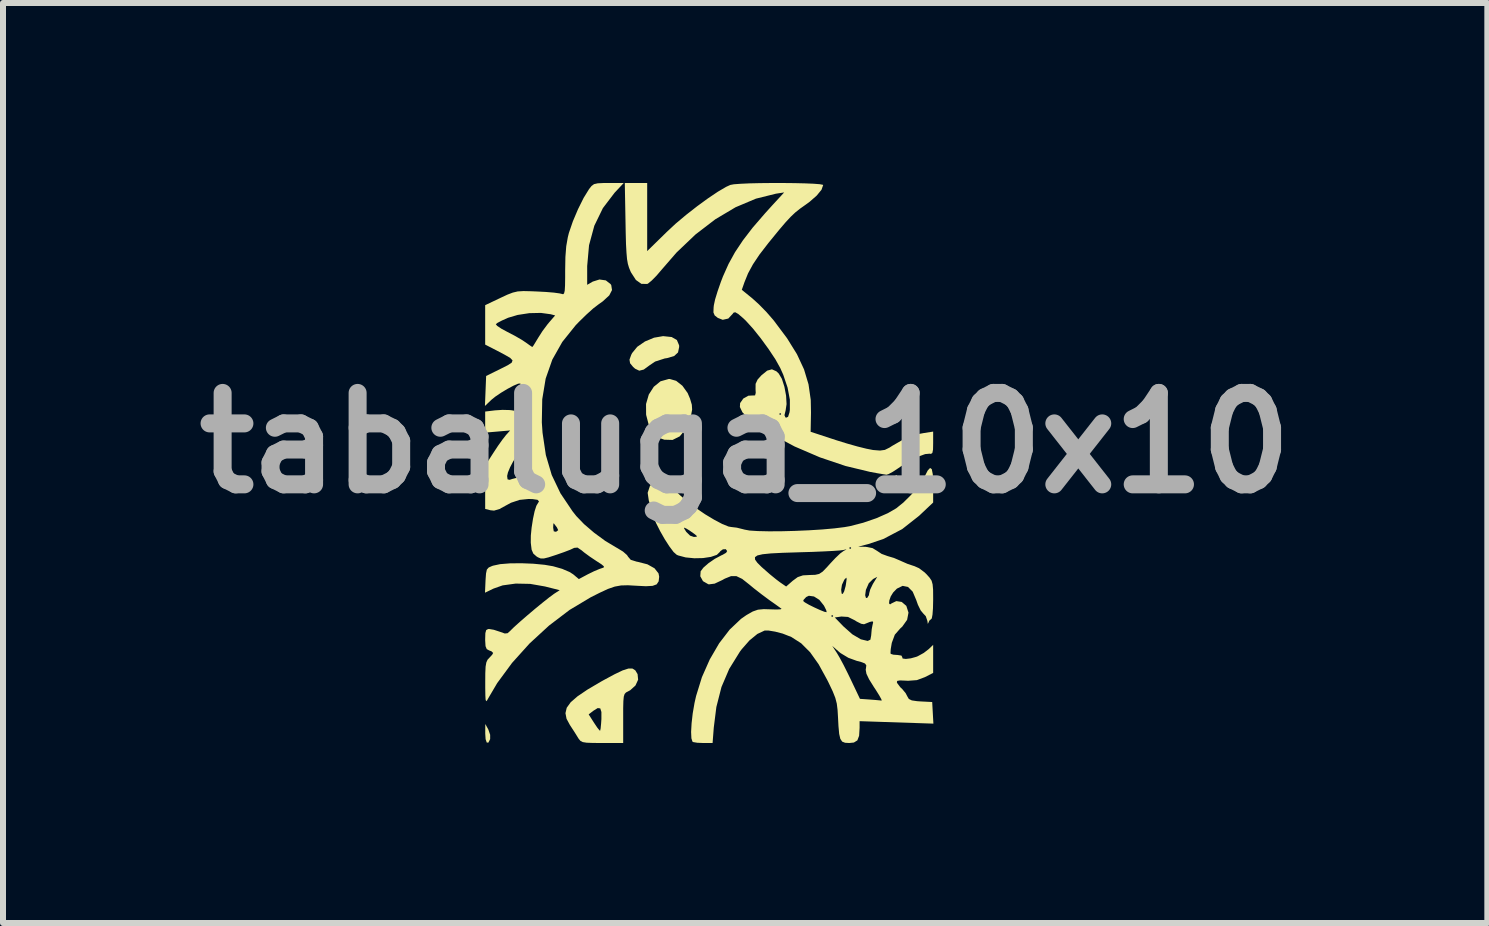
<source format=kicad_pcb>
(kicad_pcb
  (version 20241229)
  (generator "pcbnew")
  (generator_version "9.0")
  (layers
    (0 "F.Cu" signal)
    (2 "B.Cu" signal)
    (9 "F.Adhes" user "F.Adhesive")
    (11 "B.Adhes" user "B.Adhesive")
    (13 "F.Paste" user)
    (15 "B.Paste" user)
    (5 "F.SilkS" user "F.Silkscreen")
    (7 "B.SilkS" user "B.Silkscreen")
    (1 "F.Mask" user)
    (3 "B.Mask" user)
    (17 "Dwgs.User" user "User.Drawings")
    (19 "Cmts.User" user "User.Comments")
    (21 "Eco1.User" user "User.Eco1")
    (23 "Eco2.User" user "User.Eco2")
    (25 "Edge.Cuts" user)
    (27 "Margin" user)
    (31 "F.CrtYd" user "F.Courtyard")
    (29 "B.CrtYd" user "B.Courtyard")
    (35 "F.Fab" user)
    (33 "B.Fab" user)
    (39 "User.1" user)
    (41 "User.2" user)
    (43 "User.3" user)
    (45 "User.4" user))
  (footprint "tabaluga_10x10"
    (layer "F.Cu")
    (at 9.369 4.333)
    (property "Reference" "tabaluga_10x10" (at 0 0 0) (layer "F.Fab") (effects (font (size 1.524 1.524) (thickness 0.3))))
    (attr board_only exclude_from_pos_files exclude_from_bom)
    (fp_poly (pts (xy 2.533 0.55) (xy 2.517 0.567) (xy 2.5 0.55) (xy 2.517 0.533)) (stroke (width 0) (type solid)) (fill yes) (layer "F.SilkS"))
    (fp_poly (pts (xy -4.28 4.776) (xy -4.25 4.863) (xy -4.25 4.935) (xy -4.28 4.994) (xy -4.307 4.992) (xy -4.326 4.936) (xy -4.332 4.842) (xy -4.331 4.683)) (stroke (width 0) (type solid)) (fill yes) (layer "F.SilkS"))
    (fp_poly (pts (xy -1.225 -1.766) (xy -1.138 -1.716) (xy -1.101 -1.628) (xy -1.1 -1.6) (xy -1.119 -1.509) (xy -1.183 -1.45) (xy -1.3 -1.415) (xy -1.34 -1.409) (xy -1.501 -1.357) (xy -1.593 -1.295) (xy -1.69 -1.224) (xy -1.765 -1.205) (xy -1.834 -1.238) (xy -1.867 -1.267) (xy -1.918 -1.329) (xy -1.928 -1.389) (xy -1.899 -1.47) (xy -1.883 -1.5) (xy -1.799 -1.603) (xy -1.67 -1.692) (xy -1.519 -1.755) (xy -1.368 -1.781) (xy -1.367 -1.781)) (stroke (width 0) (type solid)) (fill yes) (layer "F.SilkS"))
    (fp_poly (pts (xy -1.15 -1.036) (xy -1.046 -0.954) (xy -0.959 -0.833) (xy -0.919 -0.739) (xy -0.889 -0.638) (xy -0.884 -0.557) (xy -0.901 -0.465) (xy -0.917 -0.408) (xy -0.992 -0.23) (xy -1.09 -0.111) (xy -1.21 -0.051) (xy -1.347 -0.055) (xy -1.423 -0.081) (xy -1.528 -0.158) (xy -1.602 -0.283) (xy -1.649 -0.463) (xy -1.651 -0.477) (xy -1.652 -0.65) (xy -1.606 -0.808) (xy -1.523 -0.937) (xy -1.411 -1.028) (xy -1.276 -1.066) (xy -1.257 -1.067)) (stroke (width 0) (type solid)) (fill yes) (layer "F.SilkS"))
    (fp_poly (pts (xy -1.879 3.759) (xy -1.831 3.789) (xy -1.796 3.847) (xy -1.793 3.852) (xy -1.784 3.945) (xy -1.828 4.041) (xy -1.915 4.12) (xy -1.952 4.14) (xy -1.986 4.158) (xy -2.009 4.183) (xy -2.023 4.227) (xy -2.03 4.303) (xy -2.033 4.421) (xy -2.033 4.589) (xy -2.033 5) (xy -2.383 5) (xy -2.539 4.999) (xy -2.642 4.995) (xy -2.706 4.985) (xy -2.745 4.965) (xy -2.773 4.932) (xy -2.788 4.908) (xy -2.844 4.818) (xy -2.911 4.715) (xy -2.922 4.698) (xy -2.977 4.596) (xy -2.991 4.523) (xy -2.608 4.523) (xy -2.518 4.664) (xy -2.465 4.743) (xy -2.428 4.789) (xy -2.417 4.795) (xy -2.409 4.758) (xy -2.401 4.675) (xy -2.396 4.602) (xy -2.396 4.483) (xy -2.415 4.423) (xy -2.458 4.418) (xy -2.529 4.462) (xy -2.608 4.523) (xy -2.991 4.523) (xy -2.995 4.503) (xy -2.974 4.413) (xy -2.908 4.321) (xy -2.794 4.222) (xy -2.627 4.109) (xy -2.403 3.977) (xy -2.358 3.952) (xy -2.176 3.854) (xy -2.042 3.79) (xy -1.946 3.759)) (stroke (width 0) (type solid)) (fill yes) (layer "F.SilkS"))
    (fp_poly (pts (xy 0.825 -4.331) (xy 0.997 -4.327) (xy 1.141 -4.321) (xy 1.244 -4.313) (xy 1.296 -4.303) (xy 1.3 -4.299) (xy 1.272 -4.22) (xy 1.192 -4.123) (xy 1.072 -4.018) (xy 1.003 -3.968) (xy 0.914 -3.905) (xy 0.835 -3.842) (xy 0.758 -3.769) (xy 0.671 -3.675) (xy 0.566 -3.552) (xy 0.433 -3.389) (xy 0.388 -3.334) (xy 0.239 -3.141) (xy 0.13 -2.978) (xy 0.048 -2.827) (xy -0.014 -2.674) (xy -0.015 -2.67) (xy -0.056 -2.553) (xy 0.122 -2.408) (xy 0.232 -2.308) (xy 0.356 -2.181) (xy 0.469 -2.051) (xy 0.481 -2.036) (xy 0.698 -1.746) (xy 0.863 -1.48) (xy 0.981 -1.227) (xy 1.056 -0.977) (xy 1.093 -0.718) (xy 1.097 -0.508) (xy 1.091 -0.187) (xy 1.52 -0.046) (xy 1.698 0.009) (xy 1.871 0.058) (xy 2.02 0.095) (xy 2.127 0.116) (xy 2.133 0.117) (xy 2.248 0.126) (xy 2.328 0.115) (xy 2.405 0.077) (xy 2.45 0.048) (xy 2.662 -0.074) (xy 2.878 -0.147) (xy 2.973 -0.165) (xy 3.133 -0.19) (xy 3.133 0.002) (xy 3.131 0.11) (xy 3.12 0.165) (xy 3.097 0.182) (xy 3.075 0.178) (xy 3 0.185) (xy 2.886 0.226) (xy 2.748 0.295) (xy 2.601 0.386) (xy 2.555 0.418) (xy 2.462 0.479) (xy 2.388 0.519) (xy 2.355 0.529) (xy 2.305 0.521) (xy 2.209 0.505) (xy 2.089 0.483) (xy 2.083 0.482) (xy 1.672 0.383) (xy 1.245 0.239) (xy 0.824 0.058) (xy 0.432 -0.151) (xy 0.208 -0.293) (xy 0.052 -0.411) (xy -0.018 -0.483) (xy 0.567 -0.483) (xy 0.583 -0.467) (xy 0.6 -0.483) (xy 0.583 -0.5) (xy 0.567 -0.483) (xy -0.018 -0.483) (xy -0.046 -0.512) (xy -0.088 -0.6) (xy -0.084 -0.665) (xy -0.031 -0.741) (xy 0.053 -0.788) (xy 0.129 -0.792) (xy 0.165 -0.793) (xy 0.176 -0.835) (xy 0.173 -0.898) (xy 0.174 -0.986) (xy 0.207 -1.057) (xy 0.27 -1.127) (xy 0.367 -1.206) (xy 0.446 -1.228) (xy 0.52 -1.195) (xy 0.559 -1.158) (xy 0.612 -1.069) (xy 0.654 -0.937) (xy 0.682 -0.789) (xy 0.69 -0.648) (xy 0.674 -0.541) (xy 0.655 -0.464) (xy 0.67 -0.428) (xy 0.682 -0.422) (xy 0.715 -0.436) (xy 0.739 -0.511) (xy 0.745 -0.553) (xy 0.745 -0.722) (xy 0.707 -0.923) (xy 0.635 -1.137) (xy 0.584 -1.251) (xy 0.503 -1.396) (xy 0.39 -1.566) (xy 0.261 -1.743) (xy 0.13 -1.907) (xy 0.01 -2.039) (xy -0.032 -2.079) (xy -0.115 -2.15) (xy -0.165 -2.179) (xy -0.194 -2.172) (xy -0.206 -2.155) (xy -0.281 -2.074) (xy -0.374 -2.053) (xy -0.456 -2.085) (xy -0.508 -2.126) (xy -0.529 -2.176) (xy -0.526 -2.258) (xy -0.522 -2.295) (xy -0.501 -2.393) (xy -0.459 -2.53) (xy -0.405 -2.685) (xy -0.37 -2.776) (xy -0.277 -2.984) (xy -0.169 -3.18) (xy -0.037 -3.378) (xy 0.125 -3.589) (xy 0.328 -3.824) (xy 0.45 -3.959) (xy 0.65 -4.176) (xy 0.513 -4.155) (xy 0.179 -4.072) (xy -0.16 -3.929) (xy -0.498 -3.728) (xy -0.828 -3.475) (xy -1.144 -3.174) (xy -1.387 -2.894) (xy -1.477 -2.789) (xy -1.559 -2.706) (xy -1.619 -2.657) (xy -1.632 -2.651) (xy -1.729 -2.652) (xy -1.821 -2.717) (xy -1.903 -2.844) (xy -1.911 -2.861) (xy -1.936 -2.922) (xy -1.955 -2.986) (xy -1.969 -3.066) (xy -1.978 -3.172) (xy -1.986 -3.315) (xy -1.991 -3.507) (xy -1.994 -3.675) (xy -2.006 -4.333) (xy -1.633 -4.333) (xy -1.633 -3.198) (xy -1.308 -3.516) (xy -1.158 -3.656) (xy -0.984 -3.802) (xy -0.801 -3.945) (xy -0.62 -4.077) (xy -0.455 -4.188) (xy -0.317 -4.269) (xy -0.247 -4.301) (xy -0.187 -4.312) (xy -0.078 -4.32) (xy 0.071 -4.327) (xy 0.246 -4.331) (xy 0.438 -4.333) (xy 0.635 -4.333)) (stroke (width 0) (type solid)) (fill yes) (layer "F.SilkS"))
    (fp_poly (pts (xy -2.176 -4.171) (xy -2.371 -3.915) (xy -2.514 -3.621) (xy -2.602 -3.296) (xy -2.633 -2.948) (xy -2.633 -2.938) (xy -2.633 -2.636) (xy -2.54 -2.69) (xy -2.428 -2.725) (xy -2.322 -2.71) (xy -2.243 -2.648) (xy -2.232 -2.631) (xy -2.219 -2.549) (xy -2.265 -2.46) (xy -2.374 -2.36) (xy -2.443 -2.311) (xy -2.532 -2.243) (xy -2.645 -2.141) (xy -2.766 -2.023) (xy -2.825 -1.962) (xy -3.048 -1.684) (xy -3.214 -1.39) (xy -3.325 -1.073) (xy -3.382 -0.728) (xy -3.389 -0.345) (xy -3.377 -0.171) (xy -3.322 0.201) (xy -3.224 0.533) (xy -3.078 0.839) (xy -2.878 1.137) (xy -2.814 1.218) (xy -2.685 1.352) (xy -2.517 1.496) (xy -2.333 1.631) (xy -2.153 1.739) (xy -2.128 1.753) (xy -2.035 1.81) (xy -1.969 1.868) (xy -1.951 1.896) (xy -1.907 1.947) (xy -1.807 1.978) (xy -1.789 1.981) (xy -1.629 2.022) (xy -1.511 2.088) (xy -1.444 2.173) (xy -1.433 2.229) (xy -1.442 2.306) (xy -1.475 2.356) (xy -1.543 2.381) (xy -1.656 2.387) (xy -1.813 2.379) (xy -1.954 2.371) (xy -2.068 2.374) (xy -2.173 2.393) (xy -2.286 2.432) (xy -2.424 2.496) (xy -2.575 2.572) (xy -2.926 2.782) (xy -3.269 3.043) (xy -3.593 3.341) (xy -3.885 3.665) (xy -4.133 4.002) (xy -4.279 4.25) (xy -4.302 4.291) (xy -4.317 4.303) (xy -4.326 4.277) (xy -4.33 4.204) (xy -4.332 4.078) (xy -4.332 3.997) (xy -4.331 3.836) (xy -4.326 3.727) (xy -4.314 3.658) (xy -4.294 3.613) (xy -4.267 3.583) (xy -4.217 3.53) (xy -4.2 3.499) (xy -4.228 3.472) (xy -4.267 3.457) (xy -4.307 3.435) (xy -4.327 3.386) (xy -4.333 3.291) (xy -4.333 3.27) (xy -4.33 3.169) (xy -4.316 3.118) (xy -4.284 3.101) (xy -4.266 3.1) (xy -4.189 3.113) (xy -4.094 3.144) (xy -4.085 3.147) (xy -4.006 3.175) (xy -3.959 3.17) (xy -3.912 3.128) (xy -3.911 3.126) (xy -3.852 3.068) (xy -3.754 2.98) (xy -3.633 2.875) (xy -3.502 2.764) (xy -3.375 2.66) (xy -3.267 2.574) (xy -3.192 2.519) (xy -3.187 2.515) (xy -3.091 2.453) (xy -3.337 2.391) (xy -3.583 2.348) (xy -3.824 2.343) (xy -4.042 2.373) (xy -4.193 2.426) (xy -4.336 2.495) (xy -4.327 2.289) (xy -4.319 2.176) (xy -4.305 2.11) (xy -4.274 2.075) (xy -4.218 2.05) (xy -4.2 2.044) (xy -4.083 2.019) (xy -3.92 2.006) (xy -3.729 2.004) (xy -3.53 2.012) (xy -3.342 2.03) (xy -3.202 2.054) (xy -3.051 2.097) (xy -2.927 2.15) (xy -2.867 2.188) (xy -2.772 2.268) (xy -2.624 2.189) (xy -2.52 2.138) (xy -2.427 2.099) (xy -2.397 2.089) (xy -2.357 2.075) (xy -2.355 2.055) (xy -2.396 2.021) (xy -2.484 1.964) (xy -2.59 1.893) (xy -2.684 1.824) (xy -2.726 1.789) (xy -2.794 1.743) (xy -2.85 1.748) (xy -2.86 1.753) (xy -2.918 1.78) (xy -3.02 1.819) (xy -3.143 1.862) (xy -3.155 1.866) (xy -3.278 1.906) (xy -3.356 1.925) (xy -3.409 1.924) (xy -3.454 1.905) (xy -3.478 1.89) (xy -3.531 1.843) (xy -3.559 1.778) (xy -3.572 1.671) (xy -3.573 1.659) (xy -3.572 1.543) (xy -3.559 1.41) (xy -3.2 1.41) (xy -3.19 1.472) (xy -3.154 1.48) (xy -3.149 1.478) (xy -3.116 1.453) (xy -3.137 1.408) (xy -3.14 1.404) (xy -3.178 1.354) (xy -3.191 1.336) (xy -3.197 1.354) (xy -3.2 1.41) (xy -3.559 1.41) (xy -3.558 1.404) (xy -3.536 1.263) (xy -3.509 1.137) (xy -3.48 1.047) (xy -3.463 1.018) (xy -3.436 0.974) (xy -3.46 0.947) (xy -3.542 0.935) (xy -3.61 0.933) (xy -3.759 0.948) (xy -3.903 0.996) (xy -4.067 1.085) (xy -4.087 1.098) (xy -4.185 1.127) (xy -4.245 1.121) (xy -4.333 1.099) (xy -4.333 0.55) (xy -3.967 0.55) (xy -3.96 0.606) (xy -3.926 0.614) (xy -3.881 0.599) (xy -3.782 0.574) (xy -3.711 0.567) (xy -3.65 0.558) (xy -3.641 0.52) (xy -3.648 0.492) (xy -3.668 0.407) (xy -3.688 0.302) (xy -3.69 0.291) (xy -3.708 0.206) (xy -3.73 0.154) (xy -3.735 0.149) (xy -3.766 0.164) (xy -3.814 0.224) (xy -3.868 0.31) (xy -3.918 0.405) (xy -3.954 0.492) (xy -3.967 0.55) (xy -4.333 0.55) (xy -4.333 0.377) (xy -4.196 0.164) (xy -4.119 0.047) (xy -4.045 -0.057) (xy -3.99 -0.127) (xy -3.988 -0.13) (xy -3.917 -0.209) (xy -4.125 -0.191) (xy -4.333 -0.173) (xy -4.333 -0.524) (xy -4.169 -0.544) (xy -4.044 -0.552) (xy -3.926 -0.549) (xy -3.89 -0.545) (xy -3.777 -0.526) (xy -3.756 -0.753) (xy -3.747 -0.868) (xy -3.744 -0.954) (xy -3.747 -0.992) (xy -3.747 -0.992) (xy -3.785 -0.988) (xy -3.862 -0.955) (xy -3.961 -0.902) (xy -4.066 -0.839) (xy -4.161 -0.775) (xy -4.227 -0.722) (xy -4.337 -0.617) (xy -4.327 -0.867) (xy -4.317 -1.117) (xy -4.074 -1.237) (xy -3.957 -1.296) (xy -3.891 -1.339) (xy -3.877 -1.377) (xy -3.917 -1.419) (xy -4.013 -1.474) (xy -4.125 -1.533) (xy -4.333 -1.64) (xy -4.333 -1.979) (xy -4.156 -1.979) (xy -4.132 -1.951) (xy -4.063 -1.905) (xy -3.963 -1.851) (xy -3.961 -1.85) (xy -3.838 -1.786) (xy -3.724 -1.72) (xy -3.656 -1.675) (xy -3.589 -1.627) (xy -3.55 -1.601) (xy -3.547 -1.6) (xy -3.527 -1.626) (xy -3.486 -1.693) (xy -3.451 -1.751) (xy -3.377 -1.867) (xy -3.294 -1.978) (xy -3.264 -2.014) (xy -3.167 -2.126) (xy -3.242 -2.146) (xy -3.404 -2.168) (xy -3.597 -2.164) (xy -3.792 -2.134) (xy -3.951 -2.087) (xy -4.054 -2.041) (xy -4.128 -2.002) (xy -4.156 -1.979) (xy -4.333 -1.979) (xy -4.333 -2.297) (xy -4.077 -2.419) (xy -3.961 -2.473) (xy -3.872 -2.507) (xy -3.791 -2.526) (xy -3.695 -2.532) (xy -3.566 -2.529) (xy -3.469 -2.525) (xy -3.317 -2.517) (xy -3.186 -2.506) (xy -3.092 -2.493) (xy -3.058 -2.485) (xy -3.034 -2.479) (xy -3.018 -2.494) (xy -3.007 -2.539) (xy -3.002 -2.624) (xy -3 -2.759) (xy -3 -2.872) (xy -2.996 -3.099) (xy -2.982 -3.279) (xy -2.956 -3.428) (xy -2.938 -3.5) (xy -2.872 -3.693) (xy -2.786 -3.896) (xy -2.692 -4.085) (xy -2.602 -4.231) (xy -2.561 -4.283) (xy -2.519 -4.314) (xy -2.457 -4.328) (xy -2.358 -4.333) (xy -2.277 -4.333) (xy -2.024 -4.333)) (stroke (width 0) (type solid)) (fill yes) (layer "F.SilkS"))
    (fp_poly (pts (xy 3.11 0.436) (xy 3.127 0.521) (xy 3.133 0.67) (xy 3.133 0.697) (xy 3.133 0.992) (xy 2.899 1.213) (xy 2.617 1.435) (xy 2.303 1.6) (xy 2.05 1.685) (xy 1.883 1.728) (xy 2.008 1.73) (xy 2.123 1.752) (xy 2.197 1.797) (xy 2.274 1.848) (xy 2.372 1.884) (xy 2.48 1.916) (xy 2.592 1.964) (xy 2.6 1.968) (xy 2.705 2.014) (xy 2.806 2.048) (xy 2.815 2.05) (xy 2.898 2.087) (xy 2.99 2.156) (xy 3.023 2.188) (xy 3.074 2.245) (xy 3.107 2.295) (xy 3.124 2.356) (xy 3.132 2.446) (xy 3.133 2.58) (xy 3.133 2.619) (xy 3.13 2.755) (xy 3.122 2.861) (xy 3.11 2.923) (xy 3.102 2.933) (xy 3.069 2.961) (xy 3.056 2.992) (xy 3.044 3.015) (xy 3.038 2.973) (xy 3.037 2.966) (xy 3.01 2.886) (xy 2.969 2.843) (xy 2.925 2.79) (xy 2.879 2.696) (xy 2.851 2.617) (xy 2.792 2.478) (xy 2.714 2.399) (xy 2.624 2.381) (xy 2.529 2.427) (xy 2.466 2.492) (xy 2.426 2.557) (xy 2.403 2.623) (xy 2.398 2.673) (xy 2.415 2.69) (xy 2.44 2.673) (xy 2.519 2.635) (xy 2.609 2.649) (xy 2.683 2.712) (xy 2.686 2.715) (xy 2.722 2.827) (xy 2.699 2.947) (xy 2.618 3.061) (xy 2.585 3.091) (xy 2.494 3.195) (xy 2.444 3.33) (xy 2.442 3.34) (xy 2.426 3.436) (xy 2.422 3.501) (xy 2.427 3.515) (xy 2.47 3.528) (xy 2.541 3.533) (xy 2.604 3.543) (xy 2.617 3.567) (xy 2.624 3.592) (xy 2.678 3.599) (xy 2.76 3.589) (xy 2.851 3.564) (xy 2.876 3.554) (xy 2.976 3.499) (xy 3.058 3.436) (xy 3.133 3.364) (xy 3.133 3.832) (xy 2.996 3.902) (xy 2.862 3.952) (xy 2.714 3.963) (xy 2.682 3.961) (xy 2.581 3.957) (xy 2.534 3.965) (xy 2.528 3.987) (xy 2.535 4.003) (xy 2.584 4.069) (xy 2.618 4.101) (xy 2.675 4.17) (xy 2.702 4.222) (xy 2.728 4.266) (xy 2.777 4.29) (xy 2.866 4.303) (xy 2.924 4.307) (xy 3.117 4.317) (xy 3.127 4.497) (xy 3.137 4.677) (xy 1.907 4.636) (xy 1.907 4.748) (xy 1.899 4.879) (xy 1.87 4.956) (xy 1.812 4.992) (xy 1.735 5) (xy 1.665 4.996) (xy 1.617 4.977) (xy 1.586 4.931) (xy 1.567 4.849) (xy 1.555 4.718) (xy 1.548 4.585) (xy 1.54 4.449) (xy 1.527 4.343) (xy 1.502 4.247) (xy 1.459 4.139) (xy 1.393 4) (xy 1.366 3.946) (xy 1.224 3.687) (xy 1.082 3.487) (xy 0.978 3.383) (xy 1.452 3.383) (xy 1.529 3.5) (xy 1.576 3.58) (xy 1.641 3.701) (xy 1.713 3.845) (xy 1.759 3.94) (xy 1.913 4.264) (xy 2.081 4.276) (xy 2.183 4.284) (xy 2.256 4.291) (xy 2.275 4.294) (xy 2.27 4.271) (xy 2.234 4.206) (xy 2.174 4.11) (xy 2.146 4.068) (xy 2.065 3.938) (xy 2.021 3.846) (xy 2.009 3.779) (xy 2.013 3.755) (xy 2.019 3.706) (xy 1.997 3.675) (xy 1.933 3.65) (xy 1.863 3.632) (xy 1.72 3.58) (xy 1.592 3.503) (xy 1.572 3.487) (xy 1.452 3.383) (xy 0.978 3.383) (xy 0.933 3.338) (xy 0.769 3.233) (xy 0.624 3.176) (xy 0.5 3.144) (xy 0.392 3.126) (xy 0.324 3.126) (xy 0.324 3.126) (xy 0.204 3.182) (xy 0.072 3.29) (xy -0.058 3.438) (xy -0.088 3.478) (xy -0.266 3.765) (xy -0.395 4.067) (xy -0.48 4.4) (xy -0.523 4.742) (xy -0.543 5) (xy -0.699 5) (xy -0.797 4.996) (xy -0.864 4.985) (xy -0.878 4.978) (xy -0.896 4.922) (xy -0.901 4.815) (xy -0.893 4.672) (xy -0.874 4.506) (xy -0.844 4.332) (xy -0.818 4.217) (xy -0.721 3.903) (xy -0.59 3.607) (xy -0.434 3.339) (xy -0.258 3.11) (xy -0.069 2.931) (xy -0.036 2.908) (xy 1.494 2.908) (xy 1.639 3.058) (xy 1.787 3.189) (xy 1.928 3.272) (xy 2.042 3.299) (xy 2.087 3.278) (xy 2.1 3.208) (xy 2.109 3.105) (xy 2.122 3.036) (xy 2.133 2.989) (xy 2.123 2.972) (xy 2.078 2.982) (xy 1.986 3.019) (xy 1.981 3.021) (xy 1.934 3.013) (xy 1.858 2.975) (xy 1.829 2.956) (xy 1.714 2.899) (xy 1.605 2.892) (xy 1.603 2.892) (xy 1.494 2.908) (xy -0.036 2.908) (xy -0.000327 2.883) (xy 1.433 2.883) (xy 1.45 2.9) (xy 1.467 2.883) (xy 1.45 2.867) (xy 1.433 2.883) (xy -0.000327 2.883) (xy 0.023 2.867) (xy 0.127 2.808) (xy 0.213 2.778) (xy 0.31 2.769) (xy 0.413 2.772) (xy 0.519 2.775) (xy 0.589 2.772) (xy 0.607 2.764) (xy 0.607 2.764) (xy 0.569 2.736) (xy 0.494 2.682) (xy 0.424 2.633) (xy 0.967 2.633) (xy 0.994 2.656) (xy 1.063 2.696) (xy 1.154 2.741) (xy 1.246 2.783) (xy 1.321 2.813) (xy 1.358 2.82) (xy 1.358 2.819) (xy 1.351 2.787) (xy 1.318 2.72) (xy 1.309 2.705) (xy 1.236 2.614) (xy 1.147 2.558) (xy 1.062 2.546) (xy 1.017 2.567) (xy 0.975 2.612) (xy 0.967 2.633) (xy 0.424 2.633) (xy 0.4 2.616) (xy 0.294 2.537) (xy 2 2.537) (xy 2.013 2.582) (xy 2.033 2.583) (xy 2.063 2.536) (xy 2.067 2.506) (xy 2.084 2.442) (xy 2.125 2.356) (xy 2.134 2.34) (xy 2.201 2.231) (xy 2.132 2.267) (xy 2.06 2.338) (xy 2.012 2.448) (xy 2 2.537) (xy 0.294 2.537) (xy 0.275 2.523) (xy 0.176 2.446) (xy 1.6 2.446) (xy 1.608 2.51) (xy 1.626 2.516) (xy 1.65 2.472) (xy 1.674 2.385) (xy 1.68 2.35) (xy 1.691 2.269) (xy 1.687 2.244) (xy 1.662 2.267) (xy 1.651 2.281) (xy 1.613 2.363) (xy 1.6 2.446) (xy 0.176 2.446) (xy 0.145 2.422) (xy 0.069 2.359) (xy -0.05 2.265) (xy -0.146 2.219) (xy -0.236 2.219) (xy -0.34 2.261) (xy -0.381 2.284) (xy -0.509 2.344) (xy -0.604 2.356) (xy -0.616 2.353) (xy -0.703 2.303) (xy -0.748 2.221) (xy -0.742 2.138) (xy -0.696 2.077) (xy -0.611 2.003) (xy -0.505 1.93) (xy -0.454 1.903) (xy 0.163 1.903) (xy 0.165 1.943) (xy 0.203 1.996) (xy 0.273 2.066) (xy 0.307 2.096) (xy 0.412 2.188) (xy 0.514 2.271) (xy 0.58 2.321) (xy 0.683 2.392) (xy 0.793 2.296) (xy 0.876 2.235) (xy 0.963 2.206) (xy 1.076 2.2) (xy 1.168 2.197) (xy 1.233 2.182) (xy 1.291 2.144) (xy 1.361 2.072) (xy 1.413 2.014) (xy 1.503 1.918) (xy 1.585 1.84) (xy 1.644 1.797) (xy 1.646 1.796) (xy 1.69 1.775) (xy 1.673 1.775) (xy 1.633 1.784) (xy 1.575 1.791) (xy 1.462 1.799) (xy 1.306 1.807) (xy 1.118 1.815) (xy 0.91 1.821) (xy 0.883 1.822) (xy 0.626 1.83) (xy 0.43 1.84) (xy 0.291 1.854) (xy 0.204 1.874) (xy 0.163 1.903) (xy -0.454 1.903) (xy -0.398 1.873) (xy -0.377 1.864) (xy -0.318 1.83) (xy -0.3 1.801) (xy -0.323 1.77) (xy -0.371 1.772) (xy -0.414 1.803) (xy -0.421 1.815) (xy -0.472 1.864) (xy -0.571 1.898) (xy -0.703 1.918) (xy -0.848 1.921) (xy -0.992 1.907) (xy -1.116 1.874) (xy -1.141 1.863) (xy -1.193 1.817) (xy -1.243 1.75) (xy 1.733 1.75) (xy 1.75 1.767) (xy 1.767 1.75) (xy 1.75 1.733) (xy 1.733 1.75) (xy -1.243 1.75) (xy -1.262 1.725) (xy -1.34 1.604) (xy -1.417 1.469) (xy -1.439 1.425) (xy -1.017 1.425) (xy -0.982 1.481) (xy -0.918 1.544) (xy -0.855 1.566) (xy -0.805 1.562) (xy -0.811 1.544) (xy -0.85 1.513) (xy -0.928 1.458) (xy -0.977 1.428) (xy -1.017 1.41) (xy -1.017 1.425) (xy -1.439 1.425) (xy -1.484 1.336) (xy -1.532 1.222) (xy -1.548 1.164) (xy -1.575 1.055) (xy -1.606 0.959) (xy -1.625 0.83) (xy -1.587 0.716) (xy -1.516 0.647) (xy -1.453 0.613) (xy -1.403 0.617) (xy -1.342 0.652) (xy -1.271 0.705) (xy -1.175 0.788) (xy -1.074 0.881) (xy -0.959 0.981) (xy -0.818 1.086) (xy -0.666 1.189) (xy -0.516 1.279) (xy -0.382 1.35) (xy -0.278 1.392) (xy -0.233 1.4) (xy -0.14 1.411) (xy -0.031 1.438) (xy -0.013 1.443) (xy 0.073 1.459) (xy 0.213 1.468) (xy 0.394 1.472) (xy 0.604 1.471) (xy 0.831 1.465) (xy 1.062 1.455) (xy 1.285 1.441) (xy 1.486 1.423) (xy 1.655 1.402) (xy 1.745 1.386) (xy 1.967 1.329) (xy 2.186 1.254) (xy 2.379 1.169) (xy 2.517 1.089) (xy 2.636 0.993) (xy 2.761 0.869) (xy 2.875 0.738) (xy 2.96 0.618) (xy 2.988 0.565) (xy 3.042 0.459) (xy 3.082 0.416)) (stroke (width 0) (type solid)) (fill yes) (layer "F.SilkS")))
  (gr_rect
    (start -3 -3)
    (end 21.738 12.333)
    (stroke (width 0.1) (type default))
    (fill no)
    (layer "Edge.Cuts")))
</source>
